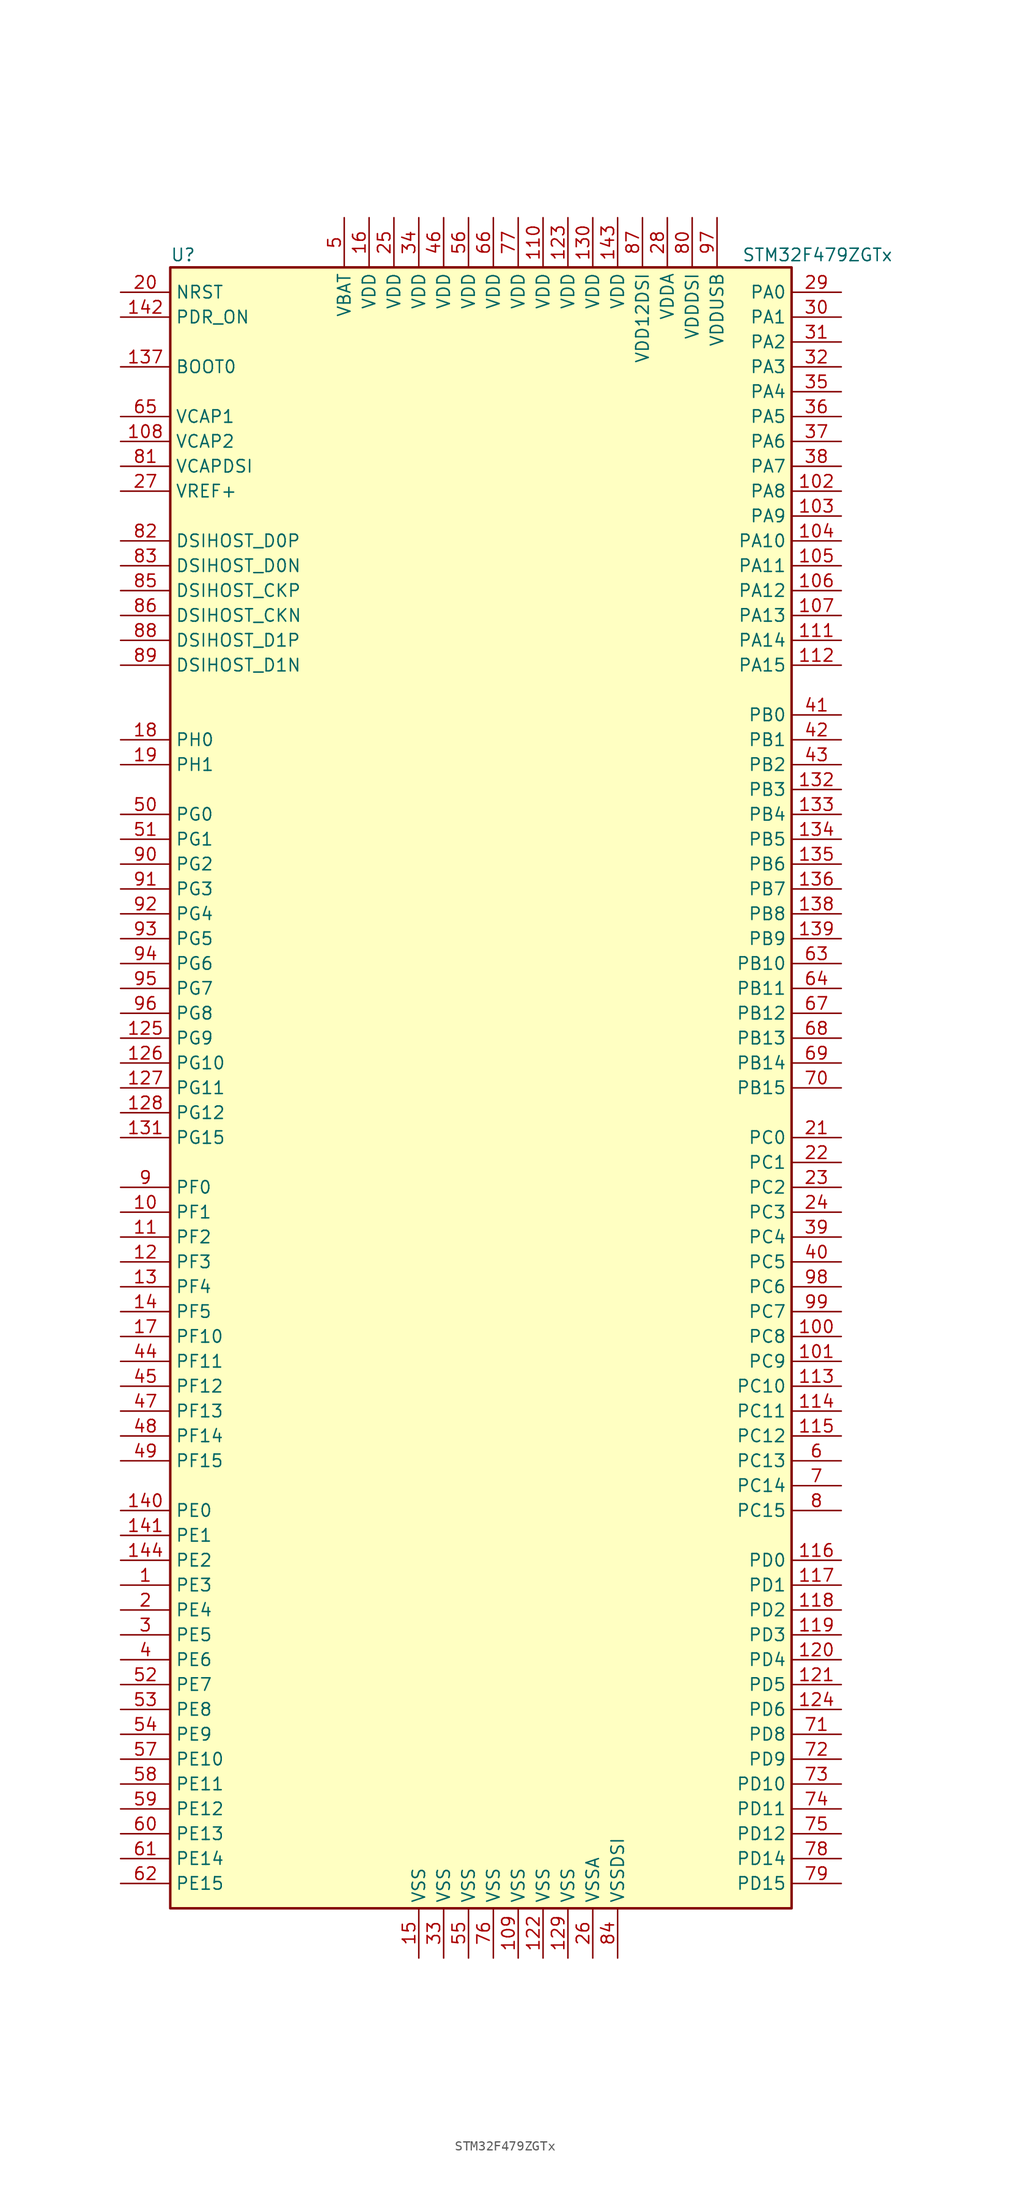
<source format=kicad_sym>
(kicad_symbol_lib
  (version 20220914)
  (generator kicad_symbol_editor)
  (symbol "STM32F479ZGTx"
    (property "Reference" "U"
      (at -33.02 85.09 0)
      (effects (font (size 1.27 1.27)) (justify left)))
    (property "Value" "STM32F479ZGTx"
      (at 25.4 85.09 0)
      (effects (font (size 1.27 1.27)) (justify left)))
    (symbol "STM32F479ZGTx_0_1"
      (rectangle (start -33.02 -83.82) (end 30.48 83.82) (stroke (width 0.254) (type default)) (fill (type background))))
    (symbol "STM32F479ZGTx_1_1"
      (pin bidirectional line (at -38.1 -50.8 0) (length 5.08) (name "PE3" (effects (font (size 1.27 1.27)))) (number "1" (effects (font (size 1.27 1.27)))))
      (pin bidirectional line (at -38.1 -12.7 0) (length 5.08) (name "PF1" (effects (font (size 1.27 1.27)))) (number "10" (effects (font (size 1.27 1.27)))))
      (pin bidirectional line (at 35.56 -25.4 180) (length 5.08) (name "PC8" (effects (font (size 1.27 1.27)))) (number "100" (effects (font (size 1.27 1.27)))))
      (pin bidirectional line (at 35.56 -27.94 180) (length 5.08) (name "PC9" (effects (font (size 1.27 1.27)))) (number "101" (effects (font (size 1.27 1.27)))))
      (pin bidirectional line (at 35.56 60.96 180) (length 5.08) (name "PA8" (effects (font (size 1.27 1.27)))) (number "102" (effects (font (size 1.27 1.27)))))
      (pin bidirectional line (at 35.56 58.42 180) (length 5.08) (name "PA9" (effects (font (size 1.27 1.27)))) (number "103" (effects (font (size 1.27 1.27)))))
      (pin bidirectional line (at 35.56 55.88 180) (length 5.08) (name "PA10" (effects (font (size 1.27 1.27)))) (number "104" (effects (font (size 1.27 1.27)))))
      (pin bidirectional line (at 35.56 53.34 180) (length 5.08) (name "PA11" (effects (font (size 1.27 1.27)))) (number "105" (effects (font (size 1.27 1.27)))))
      (pin bidirectional line (at 35.56 50.8 180) (length 5.08) (name "PA12" (effects (font (size 1.27 1.27)))) (number "106" (effects (font (size 1.27 1.27)))))
      (pin bidirectional line (at 35.56 48.26 180) (length 5.08) (name "PA13" (effects (font (size 1.27 1.27)))) (number "107" (effects (font (size 1.27 1.27)))))
      (pin power_in line (at -38.1 66.04 0) (length 5.08) (name "VCAP2" (effects (font (size 1.27 1.27)))) (number "108" (effects (font (size 1.27 1.27)))))
      (pin power_in line (at 2.54 -88.9 90) (length 5.08) (name "VSS" (effects (font (size 1.27 1.27)))) (number "109" (effects (font (size 1.27 1.27)))))
      (pin bidirectional line (at -38.1 -15.24 0) (length 5.08) (name "PF2" (effects (font (size 1.27 1.27)))) (number "11" (effects (font (size 1.27 1.27)))))
      (pin power_in line (at 5.08 88.9 270) (length 5.08) (name "VDD" (effects (font (size 1.27 1.27)))) (number "110" (effects (font (size 1.27 1.27)))))
      (pin bidirectional line (at 35.56 45.72 180) (length 5.08) (name "PA14" (effects (font (size 1.27 1.27)))) (number "111" (effects (font (size 1.27 1.27)))))
      (pin bidirectional line (at 35.56 43.18 180) (length 5.08) (name "PA15" (effects (font (size 1.27 1.27)))) (number "112" (effects (font (size 1.27 1.27)))))
      (pin bidirectional line (at 35.56 -30.48 180) (length 5.08) (name "PC10" (effects (font (size 1.27 1.27)))) (number "113" (effects (font (size 1.27 1.27)))))
      (pin bidirectional line (at 35.56 -33.02 180) (length 5.08) (name "PC11" (effects (font (size 1.27 1.27)))) (number "114" (effects (font (size 1.27 1.27)))))
      (pin bidirectional line (at 35.56 -35.56 180) (length 5.08) (name "PC12" (effects (font (size 1.27 1.27)))) (number "115" (effects (font (size 1.27 1.27)))))
      (pin bidirectional line (at 35.56 -48.26 180) (length 5.08) (name "PD0" (effects (font (size 1.27 1.27)))) (number "116" (effects (font (size 1.27 1.27)))))
      (pin bidirectional line (at 35.56 -50.8 180) (length 5.08) (name "PD1" (effects (font (size 1.27 1.27)))) (number "117" (effects (font (size 1.27 1.27)))))
      (pin bidirectional line (at 35.56 -53.34 180) (length 5.08) (name "PD2" (effects (font (size 1.27 1.27)))) (number "118" (effects (font (size 1.27 1.27)))))
      (pin bidirectional line (at 35.56 -55.88 180) (length 5.08) (name "PD3" (effects (font (size 1.27 1.27)))) (number "119" (effects (font (size 1.27 1.27)))))
      (pin bidirectional line (at -38.1 -17.78 0) (length 5.08) (name "PF3" (effects (font (size 1.27 1.27)))) (number "12" (effects (font (size 1.27 1.27)))))
      (pin bidirectional line (at 35.56 -58.42 180) (length 5.08) (name "PD4" (effects (font (size 1.27 1.27)))) (number "120" (effects (font (size 1.27 1.27)))))
      (pin bidirectional line (at 35.56 -60.96 180) (length 5.08) (name "PD5" (effects (font (size 1.27 1.27)))) (number "121" (effects (font (size 1.27 1.27)))))
      (pin power_in line (at 5.08 -88.9 90) (length 5.08) (name "VSS" (effects (font (size 1.27 1.27)))) (number "122" (effects (font (size 1.27 1.27)))))
      (pin power_in line (at 7.62 88.9 270) (length 5.08) (name "VDD" (effects (font (size 1.27 1.27)))) (number "123" (effects (font (size 1.27 1.27)))))
      (pin bidirectional line (at 35.56 -63.5 180) (length 5.08) (name "PD6" (effects (font (size 1.27 1.27)))) (number "124" (effects (font (size 1.27 1.27)))))
      (pin bidirectional line (at -38.1 5.08 0) (length 5.08) (name "PG9" (effects (font (size 1.27 1.27)))) (number "125" (effects (font (size 1.27 1.27)))))
      (pin bidirectional line (at -38.1 2.54 0) (length 5.08) (name "PG10" (effects (font (size 1.27 1.27)))) (number "126" (effects (font (size 1.27 1.27)))))
      (pin bidirectional line (at -38.1 0 0) (length 5.08) (name "PG11" (effects (font (size 1.27 1.27)))) (number "127" (effects (font (size 1.27 1.27)))))
      (pin bidirectional line (at -38.1 -2.54 0) (length 5.08) (name "PG12" (effects (font (size 1.27 1.27)))) (number "128" (effects (font (size 1.27 1.27)))))
      (pin power_in line (at 7.62 -88.9 90) (length 5.08) (name "VSS" (effects (font (size 1.27 1.27)))) (number "129" (effects (font (size 1.27 1.27)))))
      (pin bidirectional line (at -38.1 -20.32 0) (length 5.08) (name "PF4" (effects (font (size 1.27 1.27)))) (number "13" (effects (font (size 1.27 1.27)))))
      (pin power_in line (at 10.16 88.9 270) (length 5.08) (name "VDD" (effects (font (size 1.27 1.27)))) (number "130" (effects (font (size 1.27 1.27)))))
      (pin bidirectional line (at -38.1 -5.08 0) (length 5.08) (name "PG15" (effects (font (size 1.27 1.27)))) (number "131" (effects (font (size 1.27 1.27)))))
      (pin bidirectional line (at 35.56 30.48 180) (length 5.08) (name "PB3" (effects (font (size 1.27 1.27)))) (number "132" (effects (font (size 1.27 1.27)))))
      (pin bidirectional line (at 35.56 27.94 180) (length 5.08) (name "PB4" (effects (font (size 1.27 1.27)))) (number "133" (effects (font (size 1.27 1.27)))))
      (pin bidirectional line (at 35.56 25.4 180) (length 5.08) (name "PB5" (effects (font (size 1.27 1.27)))) (number "134" (effects (font (size 1.27 1.27)))))
      (pin bidirectional line (at 35.56 22.86 180) (length 5.08) (name "PB6" (effects (font (size 1.27 1.27)))) (number "135" (effects (font (size 1.27 1.27)))))
      (pin bidirectional line (at 35.56 20.32 180) (length 5.08) (name "PB7" (effects (font (size 1.27 1.27)))) (number "136" (effects (font (size 1.27 1.27)))))
      (pin input line (at -38.1 73.66 0) (length 5.08) (name "BOOT0" (effects (font (size 1.27 1.27)))) (number "137" (effects (font (size 1.27 1.27)))))
      (pin bidirectional line (at 35.56 17.78 180) (length 5.08) (name "PB8" (effects (font (size 1.27 1.27)))) (number "138" (effects (font (size 1.27 1.27)))))
      (pin bidirectional line (at 35.56 15.24 180) (length 5.08) (name "PB9" (effects (font (size 1.27 1.27)))) (number "139" (effects (font (size 1.27 1.27)))))
      (pin bidirectional line (at -38.1 -22.86 0) (length 5.08) (name "PF5" (effects (font (size 1.27 1.27)))) (number "14" (effects (font (size 1.27 1.27)))))
      (pin bidirectional line (at -38.1 -43.18 0) (length 5.08) (name "PE0" (effects (font (size 1.27 1.27)))) (number "140" (effects (font (size 1.27 1.27)))))
      (pin bidirectional line (at -38.1 -45.72 0) (length 5.08) (name "PE1" (effects (font (size 1.27 1.27)))) (number "141" (effects (font (size 1.27 1.27)))))
      (pin input line (at -38.1 78.74 0) (length 5.08) (name "PDR_ON" (effects (font (size 1.27 1.27)))) (number "142" (effects (font (size 1.27 1.27)))))
      (pin power_in line (at 12.7 88.9 270) (length 5.08) (name "VDD" (effects (font (size 1.27 1.27)))) (number "143" (effects (font (size 1.27 1.27)))))
      (pin bidirectional line (at -38.1 -48.26 0) (length 5.08) (name "PE2" (effects (font (size 1.27 1.27)))) (number "144" (effects (font (size 1.27 1.27)))))
      (pin power_in line (at -7.62 -88.9 90) (length 5.08) (name "VSS" (effects (font (size 1.27 1.27)))) (number "15" (effects (font (size 1.27 1.27)))))
      (pin power_in line (at -12.7 88.9 270) (length 5.08) (name "VDD" (effects (font (size 1.27 1.27)))) (number "16" (effects (font (size 1.27 1.27)))))
      (pin bidirectional line (at -38.1 -25.4 0) (length 5.08) (name "PF10" (effects (font (size 1.27 1.27)))) (number "17" (effects (font (size 1.27 1.27)))))
      (pin input line (at -38.1 35.56 0) (length 5.08) (name "PH0" (effects (font (size 1.27 1.27)))) (number "18" (effects (font (size 1.27 1.27)))))
      (pin input line (at -38.1 33.02 0) (length 5.08) (name "PH1" (effects (font (size 1.27 1.27)))) (number "19" (effects (font (size 1.27 1.27)))))
      (pin bidirectional line (at -38.1 -53.34 0) (length 5.08) (name "PE4" (effects (font (size 1.27 1.27)))) (number "2" (effects (font (size 1.27 1.27)))))
      (pin input line (at -38.1 81.28 0) (length 5.08) (name "NRST" (effects (font (size 1.27 1.27)))) (number "20" (effects (font (size 1.27 1.27)))))
      (pin bidirectional line (at 35.56 -5.08 180) (length 5.08) (name "PC0" (effects (font (size 1.27 1.27)))) (number "21" (effects (font (size 1.27 1.27)))))
      (pin bidirectional line (at 35.56 -7.62 180) (length 5.08) (name "PC1" (effects (font (size 1.27 1.27)))) (number "22" (effects (font (size 1.27 1.27)))))
      (pin bidirectional line (at 35.56 -10.16 180) (length 5.08) (name "PC2" (effects (font (size 1.27 1.27)))) (number "23" (effects (font (size 1.27 1.27)))))
      (pin bidirectional line (at 35.56 -12.7 180) (length 5.08) (name "PC3" (effects (font (size 1.27 1.27)))) (number "24" (effects (font (size 1.27 1.27)))))
      (pin power_in line (at -10.16 88.9 270) (length 5.08) (name "VDD" (effects (font (size 1.27 1.27)))) (number "25" (effects (font (size 1.27 1.27)))))
      (pin power_in line (at 10.16 -88.9 90) (length 5.08) (name "VSSA" (effects (font (size 1.27 1.27)))) (number "26" (effects (font (size 1.27 1.27)))))
      (pin power_in line (at -38.1 60.96 0) (length 5.08) (name "VREF+" (effects (font (size 1.27 1.27)))) (number "27" (effects (font (size 1.27 1.27)))))
      (pin power_in line (at 17.78 88.9 270) (length 5.08) (name "VDDA" (effects (font (size 1.27 1.27)))) (number "28" (effects (font (size 1.27 1.27)))))
      (pin bidirectional line (at 35.56 81.28 180) (length 5.08) (name "PA0" (effects (font (size 1.27 1.27)))) (number "29" (effects (font (size 1.27 1.27)))))
      (pin bidirectional line (at -38.1 -55.88 0) (length 5.08) (name "PE5" (effects (font (size 1.27 1.27)))) (number "3" (effects (font (size 1.27 1.27)))))
      (pin bidirectional line (at 35.56 78.74 180) (length 5.08) (name "PA1" (effects (font (size 1.27 1.27)))) (number "30" (effects (font (size 1.27 1.27)))))
      (pin bidirectional line (at 35.56 76.2 180) (length 5.08) (name "PA2" (effects (font (size 1.27 1.27)))) (number "31" (effects (font (size 1.27 1.27)))))
      (pin bidirectional line (at 35.56 73.66 180) (length 5.08) (name "PA3" (effects (font (size 1.27 1.27)))) (number "32" (effects (font (size 1.27 1.27)))))
      (pin power_in line (at -5.08 -88.9 90) (length 5.08) (name "VSS" (effects (font (size 1.27 1.27)))) (number "33" (effects (font (size 1.27 1.27)))))
      (pin power_in line (at -7.62 88.9 270) (length 5.08) (name "VDD" (effects (font (size 1.27 1.27)))) (number "34" (effects (font (size 1.27 1.27)))))
      (pin bidirectional line (at 35.56 71.12 180) (length 5.08) (name "PA4" (effects (font (size 1.27 1.27)))) (number "35" (effects (font (size 1.27 1.27)))))
      (pin bidirectional line (at 35.56 68.58 180) (length 5.08) (name "PA5" (effects (font (size 1.27 1.27)))) (number "36" (effects (font (size 1.27 1.27)))))
      (pin bidirectional line (at 35.56 66.04 180) (length 5.08) (name "PA6" (effects (font (size 1.27 1.27)))) (number "37" (effects (font (size 1.27 1.27)))))
      (pin bidirectional line (at 35.56 63.5 180) (length 5.08) (name "PA7" (effects (font (size 1.27 1.27)))) (number "38" (effects (font (size 1.27 1.27)))))
      (pin bidirectional line (at 35.56 -15.24 180) (length 5.08) (name "PC4" (effects (font (size 1.27 1.27)))) (number "39" (effects (font (size 1.27 1.27)))))
      (pin bidirectional line (at -38.1 -58.42 0) (length 5.08) (name "PE6" (effects (font (size 1.27 1.27)))) (number "4" (effects (font (size 1.27 1.27)))))
      (pin bidirectional line (at 35.56 -17.78 180) (length 5.08) (name "PC5" (effects (font (size 1.27 1.27)))) (number "40" (effects (font (size 1.27 1.27)))))
      (pin bidirectional line (at 35.56 38.1 180) (length 5.08) (name "PB0" (effects (font (size 1.27 1.27)))) (number "41" (effects (font (size 1.27 1.27)))))
      (pin bidirectional line (at 35.56 35.56 180) (length 5.08) (name "PB1" (effects (font (size 1.27 1.27)))) (number "42" (effects (font (size 1.27 1.27)))))
      (pin bidirectional line (at 35.56 33.02 180) (length 5.08) (name "PB2" (effects (font (size 1.27 1.27)))) (number "43" (effects (font (size 1.27 1.27)))))
      (pin bidirectional line (at -38.1 -27.94 0) (length 5.08) (name "PF11" (effects (font (size 1.27 1.27)))) (number "44" (effects (font (size 1.27 1.27)))))
      (pin bidirectional line (at -38.1 -30.48 0) (length 5.08) (name "PF12" (effects (font (size 1.27 1.27)))) (number "45" (effects (font (size 1.27 1.27)))))
      (pin power_in line (at -5.08 88.9 270) (length 5.08) (name "VDD" (effects (font (size 1.27 1.27)))) (number "46" (effects (font (size 1.27 1.27)))))
      (pin bidirectional line (at -38.1 -33.02 0) (length 5.08) (name "PF13" (effects (font (size 1.27 1.27)))) (number "47" (effects (font (size 1.27 1.27)))))
      (pin bidirectional line (at -38.1 -35.56 0) (length 5.08) (name "PF14" (effects (font (size 1.27 1.27)))) (number "48" (effects (font (size 1.27 1.27)))))
      (pin bidirectional line (at -38.1 -38.1 0) (length 5.08) (name "PF15" (effects (font (size 1.27 1.27)))) (number "49" (effects (font (size 1.27 1.27)))))
      (pin power_in line (at -15.24 88.9 270) (length 5.08) (name "VBAT" (effects (font (size 1.27 1.27)))) (number "5" (effects (font (size 1.27 1.27)))))
      (pin bidirectional line (at -38.1 27.94 0) (length 5.08) (name "PG0" (effects (font (size 1.27 1.27)))) (number "50" (effects (font (size 1.27 1.27)))))
      (pin bidirectional line (at -38.1 25.4 0) (length 5.08) (name "PG1" (effects (font (size 1.27 1.27)))) (number "51" (effects (font (size 1.27 1.27)))))
      (pin bidirectional line (at -38.1 -60.96 0) (length 5.08) (name "PE7" (effects (font (size 1.27 1.27)))) (number "52" (effects (font (size 1.27 1.27)))))
      (pin bidirectional line (at -38.1 -63.5 0) (length 5.08) (name "PE8" (effects (font (size 1.27 1.27)))) (number "53" (effects (font (size 1.27 1.27)))))
      (pin bidirectional line (at -38.1 -66.04 0) (length 5.08) (name "PE9" (effects (font (size 1.27 1.27)))) (number "54" (effects (font (size 1.27 1.27)))))
      (pin power_in line (at -2.54 -88.9 90) (length 5.08) (name "VSS" (effects (font (size 1.27 1.27)))) (number "55" (effects (font (size 1.27 1.27)))))
      (pin power_in line (at -2.54 88.9 270) (length 5.08) (name "VDD" (effects (font (size 1.27 1.27)))) (number "56" (effects (font (size 1.27 1.27)))))
      (pin bidirectional line (at -38.1 -68.58 0) (length 5.08) (name "PE10" (effects (font (size 1.27 1.27)))) (number "57" (effects (font (size 1.27 1.27)))))
      (pin bidirectional line (at -38.1 -71.12 0) (length 5.08) (name "PE11" (effects (font (size 1.27 1.27)))) (number "58" (effects (font (size 1.27 1.27)))))
      (pin bidirectional line (at -38.1 -73.66 0) (length 5.08) (name "PE12" (effects (font (size 1.27 1.27)))) (number "59" (effects (font (size 1.27 1.27)))))
      (pin bidirectional line (at 35.56 -38.1 180) (length 5.08) (name "PC13" (effects (font (size 1.27 1.27)))) (number "6" (effects (font (size 1.27 1.27)))))
      (pin bidirectional line (at -38.1 -76.2 0) (length 5.08) (name "PE13" (effects (font (size 1.27 1.27)))) (number "60" (effects (font (size 1.27 1.27)))))
      (pin bidirectional line (at -38.1 -78.74 0) (length 5.08) (name "PE14" (effects (font (size 1.27 1.27)))) (number "61" (effects (font (size 1.27 1.27)))))
      (pin bidirectional line (at -38.1 -81.28 0) (length 5.08) (name "PE15" (effects (font (size 1.27 1.27)))) (number "62" (effects (font (size 1.27 1.27)))))
      (pin bidirectional line (at 35.56 12.7 180) (length 5.08) (name "PB10" (effects (font (size 1.27 1.27)))) (number "63" (effects (font (size 1.27 1.27)))))
      (pin bidirectional line (at 35.56 10.16 180) (length 5.08) (name "PB11" (effects (font (size 1.27 1.27)))) (number "64" (effects (font (size 1.27 1.27)))))
      (pin power_in line (at -38.1 68.58 0) (length 5.08) (name "VCAP1" (effects (font (size 1.27 1.27)))) (number "65" (effects (font (size 1.27 1.27)))))
      (pin power_in line (at 0 88.9 270) (length 5.08) (name "VDD" (effects (font (size 1.27 1.27)))) (number "66" (effects (font (size 1.27 1.27)))))
      (pin bidirectional line (at 35.56 7.62 180) (length 5.08) (name "PB12" (effects (font (size 1.27 1.27)))) (number "67" (effects (font (size 1.27 1.27)))))
      (pin bidirectional line (at 35.56 5.08 180) (length 5.08) (name "PB13" (effects (font (size 1.27 1.27)))) (number "68" (effects (font (size 1.27 1.27)))))
      (pin bidirectional line (at 35.56 2.54 180) (length 5.08) (name "PB14" (effects (font (size 1.27 1.27)))) (number "69" (effects (font (size 1.27 1.27)))))
      (pin bidirectional line (at 35.56 -40.64 180) (length 5.08) (name "PC14" (effects (font (size 1.27 1.27)))) (number "7" (effects (font (size 1.27 1.27)))))
      (pin bidirectional line (at 35.56 0 180) (length 5.08) (name "PB15" (effects (font (size 1.27 1.27)))) (number "70" (effects (font (size 1.27 1.27)))))
      (pin bidirectional line (at 35.56 -66.04 180) (length 5.08) (name "PD8" (effects (font (size 1.27 1.27)))) (number "71" (effects (font (size 1.27 1.27)))))
      (pin bidirectional line (at 35.56 -68.58 180) (length 5.08) (name "PD9" (effects (font (size 1.27 1.27)))) (number "72" (effects (font (size 1.27 1.27)))))
      (pin bidirectional line (at 35.56 -71.12 180) (length 5.08) (name "PD10" (effects (font (size 1.27 1.27)))) (number "73" (effects (font (size 1.27 1.27)))))
      (pin bidirectional line (at 35.56 -73.66 180) (length 5.08) (name "PD11" (effects (font (size 1.27 1.27)))) (number "74" (effects (font (size 1.27 1.27)))))
      (pin bidirectional line (at 35.56 -76.2 180) (length 5.08) (name "PD12" (effects (font (size 1.27 1.27)))) (number "75" (effects (font (size 1.27 1.27)))))
      (pin power_in line (at 0 -88.9 90) (length 5.08) (name "VSS" (effects (font (size 1.27 1.27)))) (number "76" (effects (font (size 1.27 1.27)))))
      (pin power_in line (at 2.54 88.9 270) (length 5.08) (name "VDD" (effects (font (size 1.27 1.27)))) (number "77" (effects (font (size 1.27 1.27)))))
      (pin bidirectional line (at 35.56 -78.74 180) (length 5.08) (name "PD14" (effects (font (size 1.27 1.27)))) (number "78" (effects (font (size 1.27 1.27)))))
      (pin bidirectional line (at 35.56 -81.28 180) (length 5.08) (name "PD15" (effects (font (size 1.27 1.27)))) (number "79" (effects (font (size 1.27 1.27)))))
      (pin bidirectional line (at 35.56 -43.18 180) (length 5.08) (name "PC15" (effects (font (size 1.27 1.27)))) (number "8" (effects (font (size 1.27 1.27)))))
      (pin power_in line (at 20.32 88.9 270) (length 5.08) (name "VDDDSI" (effects (font (size 1.27 1.27)))) (number "80" (effects (font (size 1.27 1.27)))))
      (pin power_in line (at -38.1 63.5 0) (length 5.08) (name "VCAPDSI" (effects (font (size 1.27 1.27)))) (number "81" (effects (font (size 1.27 1.27)))))
      (pin bidirectional line (at -38.1 55.88 0) (length 5.08) (name "DSIHOST_D0P" (effects (font (size 1.27 1.27)))) (number "82" (effects (font (size 1.27 1.27)))))
      (pin bidirectional line (at -38.1 53.34 0) (length 5.08) (name "DSIHOST_D0N" (effects (font (size 1.27 1.27)))) (number "83" (effects (font (size 1.27 1.27)))))
      (pin power_in line (at 12.7 -88.9 90) (length 5.08) (name "VSSDSI" (effects (font (size 1.27 1.27)))) (number "84" (effects (font (size 1.27 1.27)))))
      (pin bidirectional line (at -38.1 50.8 0) (length 5.08) (name "DSIHOST_CKP" (effects (font (size 1.27 1.27)))) (number "85" (effects (font (size 1.27 1.27)))))
      (pin bidirectional line (at -38.1 48.26 0) (length 5.08) (name "DSIHOST_CKN" (effects (font (size 1.27 1.27)))) (number "86" (effects (font (size 1.27 1.27)))))
      (pin power_in line (at 15.24 88.9 270) (length 5.08) (name "VDD12DSI" (effects (font (size 1.27 1.27)))) (number "87" (effects (font (size 1.27 1.27)))))
      (pin bidirectional line (at -38.1 45.72 0) (length 5.08) (name "DSIHOST_D1P" (effects (font (size 1.27 1.27)))) (number "88" (effects (font (size 1.27 1.27)))))
      (pin bidirectional line (at -38.1 43.18 0) (length 5.08) (name "DSIHOST_D1N" (effects (font (size 1.27 1.27)))) (number "89" (effects (font (size 1.27 1.27)))))
      (pin bidirectional line (at -38.1 -10.16 0) (length 5.08) (name "PF0" (effects (font (size 1.27 1.27)))) (number "9" (effects (font (size 1.27 1.27)))))
      (pin bidirectional line (at -38.1 22.86 0) (length 5.08) (name "PG2" (effects (font (size 1.27 1.27)))) (number "90" (effects (font (size 1.27 1.27)))))
      (pin bidirectional line (at -38.1 20.32 0) (length 5.08) (name "PG3" (effects (font (size 1.27 1.27)))) (number "91" (effects (font (size 1.27 1.27)))))
      (pin bidirectional line (at -38.1 17.78 0) (length 5.08) (name "PG4" (effects (font (size 1.27 1.27)))) (number "92" (effects (font (size 1.27 1.27)))))
      (pin bidirectional line (at -38.1 15.24 0) (length 5.08) (name "PG5" (effects (font (size 1.27 1.27)))) (number "93" (effects (font (size 1.27 1.27)))))
      (pin bidirectional line (at -38.1 12.7 0) (length 5.08) (name "PG6" (effects (font (size 1.27 1.27)))) (number "94" (effects (font (size 1.27 1.27)))))
      (pin bidirectional line (at -38.1 10.16 0) (length 5.08) (name "PG7" (effects (font (size 1.27 1.27)))) (number "95" (effects (font (size 1.27 1.27)))))
      (pin bidirectional line (at -38.1 7.62 0) (length 5.08) (name "PG8" (effects (font (size 1.27 1.27)))) (number "96" (effects (font (size 1.27 1.27)))))
      (pin power_in line (at 22.86 88.9 270) (length 5.08) (name "VDDUSB" (effects (font (size 1.27 1.27)))) (number "97" (effects (font (size 1.27 1.27)))))
      (pin bidirectional line (at 35.56 -20.32 180) (length 5.08) (name "PC6" (effects (font (size 1.27 1.27)))) (number "98" (effects (font (size 1.27 1.27)))))
      (pin bidirectional line (at 35.56 -22.86 180) (length 5.08) (name "PC7" (effects (font (size 1.27 1.27)))) (number "99" (effects (font (size 1.27 1.27))))))))
</source>
